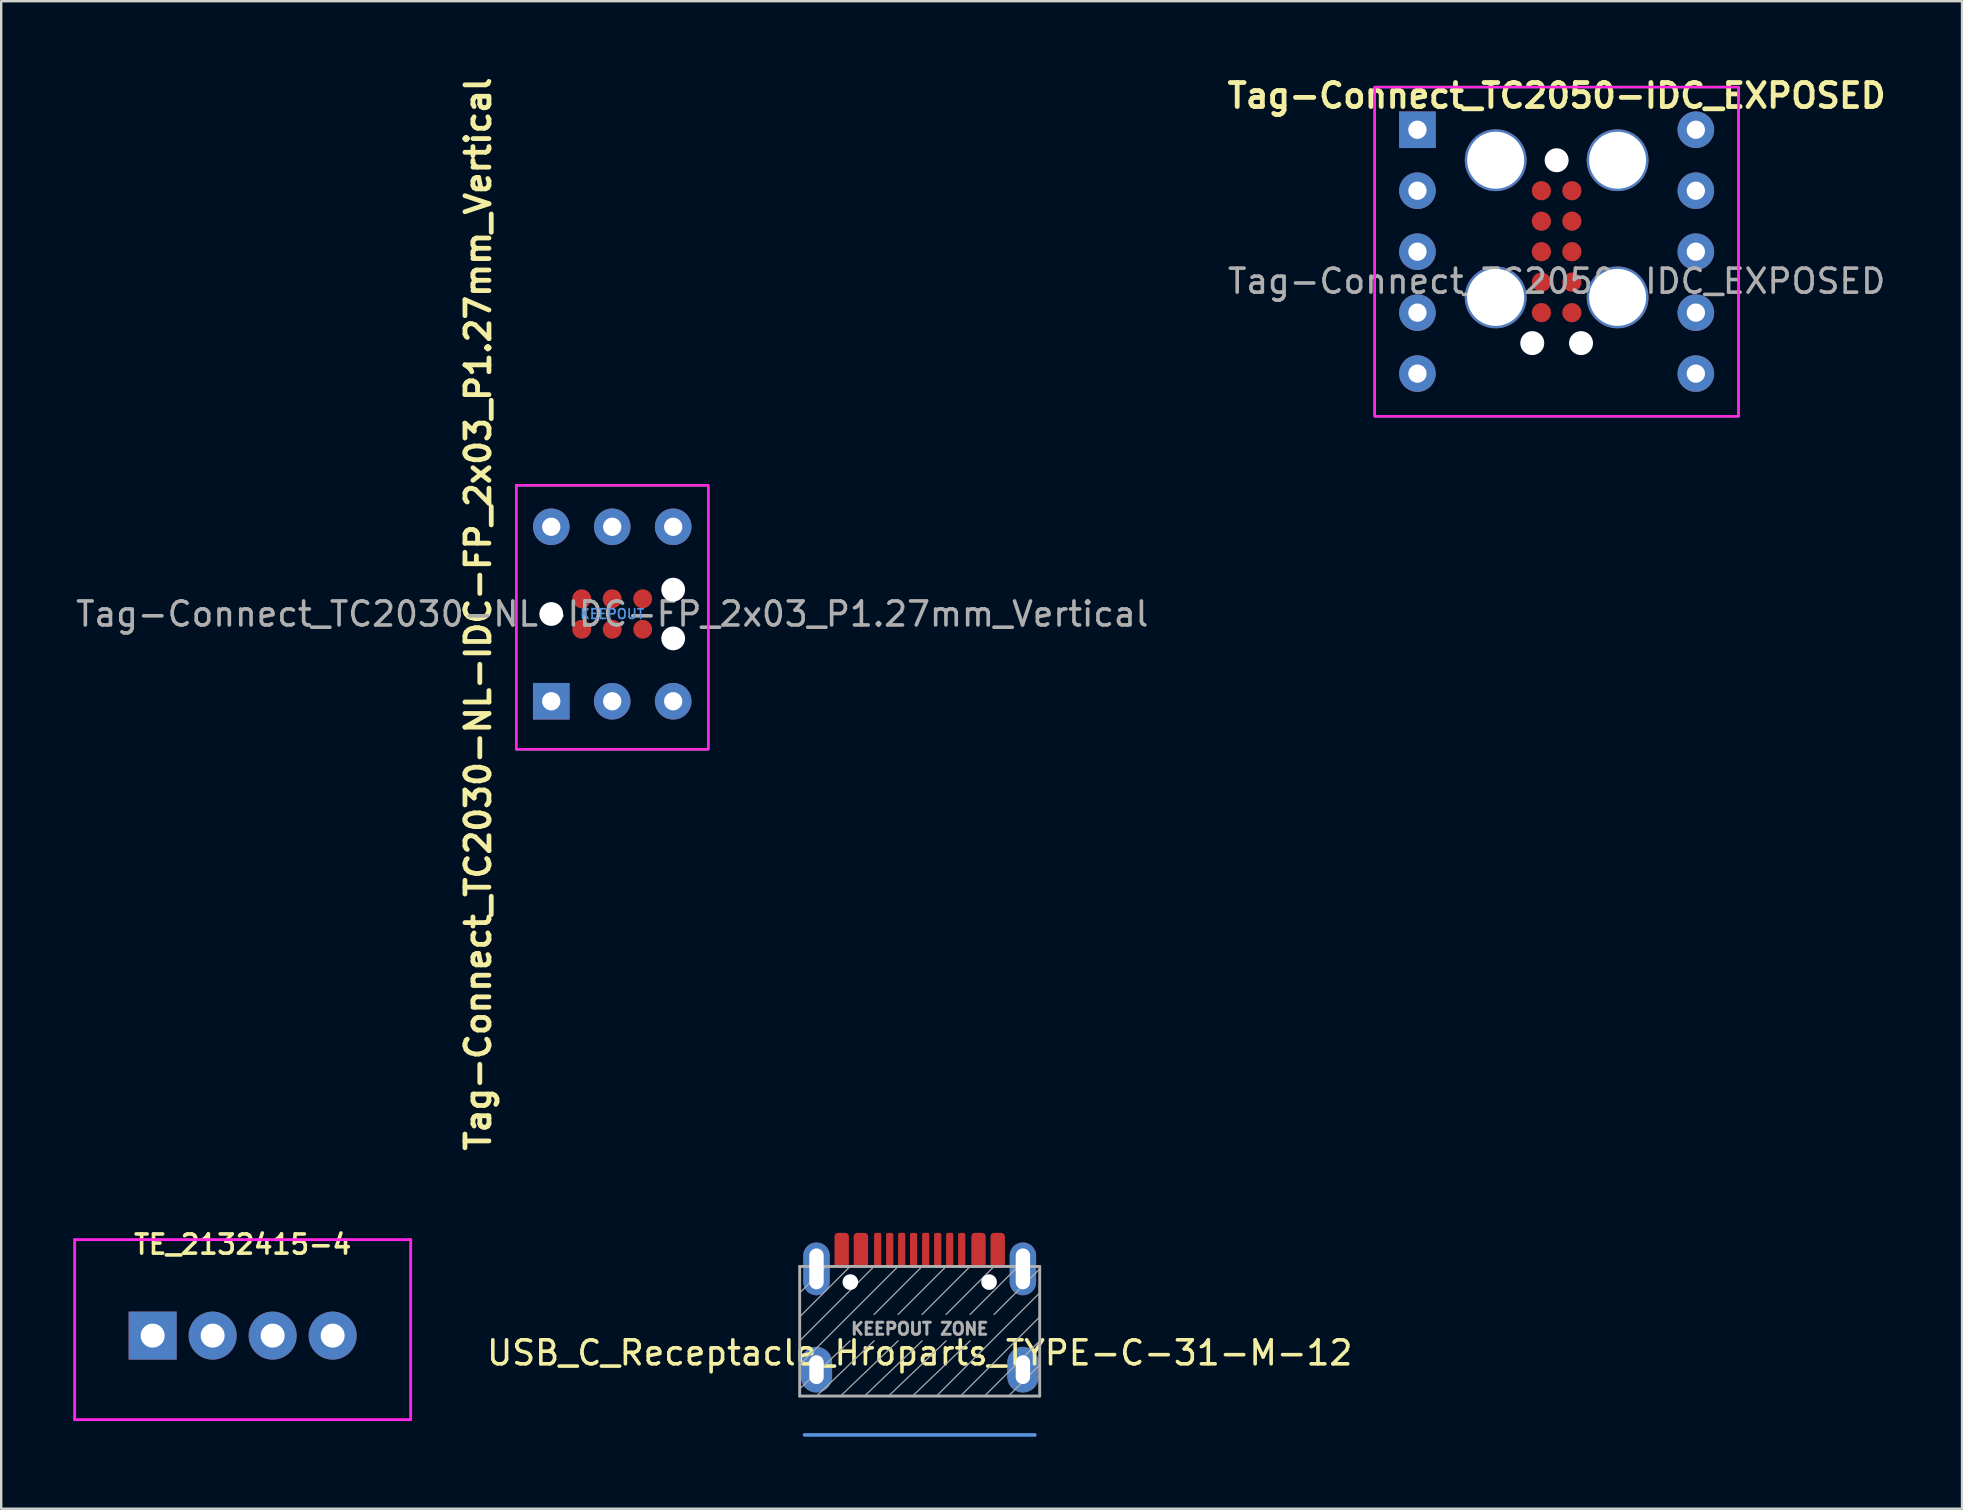
<source format=kicad_pcb>
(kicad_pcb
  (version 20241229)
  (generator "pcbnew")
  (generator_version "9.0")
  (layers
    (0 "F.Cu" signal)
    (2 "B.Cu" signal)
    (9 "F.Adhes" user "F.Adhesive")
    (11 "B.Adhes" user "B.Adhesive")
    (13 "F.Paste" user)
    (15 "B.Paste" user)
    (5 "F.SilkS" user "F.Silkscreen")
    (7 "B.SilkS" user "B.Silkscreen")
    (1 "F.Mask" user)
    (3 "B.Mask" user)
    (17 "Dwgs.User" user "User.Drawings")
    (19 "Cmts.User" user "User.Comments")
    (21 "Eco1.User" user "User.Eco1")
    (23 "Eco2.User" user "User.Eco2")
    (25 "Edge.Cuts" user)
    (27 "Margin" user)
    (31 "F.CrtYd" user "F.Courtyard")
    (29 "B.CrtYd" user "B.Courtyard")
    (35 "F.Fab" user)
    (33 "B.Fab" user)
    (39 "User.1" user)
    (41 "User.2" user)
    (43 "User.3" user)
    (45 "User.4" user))
  (footprint "USB_C_Receptacle_Hroparts_TYPE-C-31-M-12"
    (layer "F.Cu")
    (at 35.269 48.317)
    (property "Reference" "USB_C_Receptacle_Hroparts_TYPE-C-31-M-12" (at 0 5 0) (layer "F.SilkS") (effects (font (size 1 1) (thickness 0.15))))
    (attr through_hole)
    (fp_line (start 4.8 8.42) (end -4.8 8.42) (stroke (width 0.15) (type solid)) (layer "Cmts.User"))
    (fp_line (start -5 1.4) (end -5 6.8) (stroke (width 0.12) (type solid)) (layer "F.Fab"))
    (fp_line (start -5 2.5) (end -3.9 1.4) (stroke (width 0.05) (type solid)) (layer "F.Fab"))
    (fp_line (start -5 3.5) (end -2.9 1.4) (stroke (width 0.05) (type solid)) (layer "F.Fab"))
    (fp_line (start -5 4.5) (end -1.9 1.4) (stroke (width 0.05) (type solid)) (layer "F.Fab"))
    (fp_line (start -5 5.5) (end -0.9 1.4) (stroke (width 0.05) (type solid)) (layer "F.Fab"))
    (fp_line (start -5 6.5) (end -2.9 4.5) (stroke (width 0.05) (type solid)) (layer "F.Fab"))
    (fp_line (start -5 6.8) (end 5 6.8) (stroke (width 0.12) (type solid)) (layer "F.Fab"))
    (fp_line (start -4.3 6.8) (end -1.9 4.5) (stroke (width 0.05) (type solid)) (layer "F.Fab"))
    (fp_line (start -3.3 6.8) (end -0.9 4.5) (stroke (width 0.05) (type solid)) (layer "F.Fab"))
    (fp_line (start -2.3 6.8) (end 0.1 4.5) (stroke (width 0.05) (type solid)) (layer "F.Fab"))
    (fp_line (start -1.9 3.4) (end 0.1 1.4) (stroke (width 0.05) (type solid)) (layer "F.Fab"))
    (fp_line (start -1.3 6.8) (end 1.1 4.5) (stroke (width 0.05) (type solid)) (layer "F.Fab"))
    (fp_line (start -0.9 3.4) (end 1.1 1.4) (stroke (width 0.05) (type solid)) (layer "F.Fab"))
    (fp_line (start -0.3 6.8) (end 2.1 4.5) (stroke (width 0.05) (type solid)) (layer "F.Fab"))
    (fp_line (start 0.1 3.4) (end 2.1 1.4) (stroke (width 0.05) (type solid)) (layer "F.Fab"))
    (fp_line (start 0.7 6.8) (end 5 2.5) (stroke (width 0.05) (type solid)) (layer "F.Fab"))
    (fp_line (start 1.1 3.4) (end 3.1 1.4) (stroke (width 0.05) (type solid)) (layer "F.Fab"))
    (fp_line (start 1.7 6.8) (end 5 3.5) (stroke (width 0.05) (type solid)) (layer "F.Fab"))
    (fp_line (start 2.1 3.4) (end 4.1 1.4) (stroke (width 0.05) (type solid)) (layer "F.Fab"))
    (fp_line (start 2.7 6.8) (end 5 4.5) (stroke (width 0.05) (type solid)) (layer "F.Fab"))
    (fp_line (start 3.1 3.4) (end 5 1.5) (stroke (width 0.05) (type solid)) (layer "F.Fab"))
    (fp_line (start 3.7 6.8) (end 5 5.5) (stroke (width 0.05) (type solid)) (layer "F.Fab"))
    (fp_line (start 5 1.4) (end -5 1.4) (stroke (width 0.12) (type solid)) (layer "F.Fab"))
    (fp_line (start 5 6.8) (end 5 1.4) (stroke (width 0.12) (type solid)) (layer "F.Fab"))
    (fp_text user "KEEPOUT ZONE" (at 0 4 0) (layer "F.Fab") (effects (font (size 0.5 0.5) (thickness 0.125))))
    (pad "" np_thru_hole circle (at -2.89 2.051) (size 0.65 0.65) (drill 0.65) (layers "*.Cu" "*.Mask"))
    (pad "" np_thru_hole circle (at 2.89 2.051) (size 0.65 0.65) (drill 0.65) (layers "*.Cu" "*.Mask"))
    (pad "A1" smd roundrect (at -3.25 0.725) (size 0.6 1.45) (layers "F.Cu" "F.Mask" "F.Paste") (roundrect_rratio 0.25))
    (pad "A4" smd roundrect (at -2.45 0.725) (size 0.6 1.45) (layers "F.Cu" "F.Mask" "F.Paste") (roundrect_rratio 0.25))
    (pad "A5" smd roundrect (at -1.25 0.725) (size 0.3 1.45) (layers "F.Cu" "F.Mask" "F.Paste") (roundrect_rratio 0.25))
    (pad "A6" smd roundrect (at -0.254 0.725) (size 0.3 1.45) (layers "F.Cu" "F.Mask" "F.Paste") (roundrect_rratio 0.25))
    (pad "A7" smd roundrect (at 0.25 0.725) (size 0.3 1.45) (layers "F.Cu" "F.Mask" "F.Paste") (roundrect_rratio 0.25))
    (pad "A8" smd roundrect (at 1.25 0.725) (size 0.3 1.45) (layers "F.Cu" "F.Mask" "F.Paste") (roundrect_rratio 0.25))
    (pad "B1" smd roundrect (at 3.25 0.725) (size 0.6 1.45) (layers "F.Cu" "F.Mask" "F.Paste") (roundrect_rratio 0.25))
    (pad "B4" smd roundrect (at 2.45 0.725) (size 0.6 1.45) (layers "F.Cu" "F.Mask" "F.Paste") (roundrect_rratio 0.25))
    (pad "B5" smd roundrect (at 1.75 0.725) (size 0.3 1.45) (layers "F.Cu" "F.Mask" "F.Paste") (roundrect_rratio 0.25))
    (pad "B6" smd roundrect (at 0.75 0.725) (size 0.3 1.45) (layers "F.Cu" "F.Mask" "F.Paste") (roundrect_rratio 0.25))
    (pad "B7" smd roundrect (at -0.75 0.725) (size 0.3 1.45) (layers "F.Cu" "F.Mask" "F.Paste") (roundrect_rratio 0.25))
    (pad "B8" smd roundrect (at -1.75 0.725) (size 0.3 1.45) (layers "F.Cu" "F.Mask" "F.Paste") (roundrect_rratio 0.25))
    (pad "S" thru_hole oval (at -4.3 1.5) (size 1.1 2.2) (drill oval 0.6 1.7) (layers "*.Cu" "*.Mask"))
    (pad "S" thru_hole oval (at -4.3 5.7) (size 1.3 1.9) (drill oval 0.6 1.2) (layers "*.Cu" "*.Mask"))
    (pad "S" thru_hole oval (at 4.3 1.5) (size 1.1 2.2) (drill oval 0.6 1.7) (layers "*.Cu" "*.Mask"))
    (pad "S" thru_hole oval (at 4.3 5.7) (size 1.3 1.9) (drill oval 0.6 1.2) (layers "*.Cu" "*.Mask")))
  (footprint "Tag-Connect_TC2050-IDC_EXPOSED"
    (layer "F.Cu")
    (at 61.807 7.436)
    (property "Reference" "Tag-Connect_TC2050-IDC_EXPOSED" (at 0 -6.5 0) (unlocked yes) (layer "F.SilkS") (effects (font (size 1 1) (thickness 0.2) (bold yes))))
    (attr through_hole exclude_from_pos_files exclude_from_bom)
    (fp_poly (pts (xy -7.578 -6.858) (xy 7.578 -6.858) (xy 7.578 6.858) (xy -7.578 6.858)) (stroke (width 0.1) (type default)) (fill no) (layer "F.CrtYd"))
    (fp_poly (pts (xy -7.578 -6.858) (xy 7.578 -6.858) (xy 7.578 6.858) (xy -7.578 6.858)) (stroke (width 0.1) (type default)) (fill no) (layer "F.Fab"))
    (fp_text user "${REFERENCE}" (at 0 1.23 0) (unlocked yes) (layer "F.Fab") (effects (font (size 1 1) (thickness 0.15))))
    (pad "" np_thru_hole circle (at -1.016 3.81) (size 1 1) (drill 1) (layers "*.Cu" "*.Mask"))
    (pad "" np_thru_hole circle (at 0 -3.81) (size 1 1) (drill 1) (layers "*.Cu" "*.Mask"))
    (pad "" np_thru_hole circle (at 1.016 3.81) (size 1 1) (drill 1) (layers "*.Cu" "*.Mask"))
    (pad "1" thru_hole rect (at -5.8 -5.08) (size 1.524 1.524) (drill 0.762) (layers "*.Cu" "F.Mask"))
    (pad "1" smd circle (at -0.635 -2.54) (size 0.8 0.8) (layers "F.Cu" "F.Mask"))
    (pad "2" smd circle (at 0.635 -2.54) (size 0.8 0.8) (layers "F.Cu" "F.Mask"))
    (pad "2" thru_hole oval (at 5.8 -5.08) (size 1.524 1.524) (drill 0.762) (layers "*.Cu" "F.Mask"))
    (pad "3" thru_hole oval (at -5.8 -2.54) (size 1.524 1.524) (drill 0.762) (layers "*.Cu" "F.Mask"))
    (pad "3" smd circle (at -0.635 -1.27) (size 0.8 0.8) (layers "F.Cu" "F.Mask"))
    (pad "4" smd circle (at 0.635 -1.27) (size 0.8 0.8) (layers "F.Cu" "F.Mask"))
    (pad "4" thru_hole oval (at 5.8 -2.54) (size 1.524 1.524) (drill 0.762) (layers "*.Cu" "F.Mask"))
    (pad "5" thru_hole oval (at -5.8 0) (size 1.524 1.524) (drill 0.762) (layers "*.Cu" "F.Mask"))
    (pad "5" smd circle (at -0.635 0) (size 0.8 0.8) (layers "F.Cu" "F.Mask"))
    (pad "6" smd circle (at 0.635 0) (size 0.8 0.8) (layers "F.Cu" "F.Mask"))
    (pad "6" thru_hole oval (at 5.8 0) (size 1.524 1.524) (drill 0.762) (layers "*.Cu" "F.Mask"))
    (pad "7" thru_hole oval (at -5.8 2.54) (size 1.524 1.524) (drill 0.762) (layers "*.Cu" "F.Mask"))
    (pad "7" smd circle (at -0.635 1.27) (size 0.8 0.8) (layers "F.Cu" "F.Mask"))
    (pad "8" smd circle (at 0.635 1.27) (size 0.8 0.8) (layers "F.Cu" "F.Mask"))
    (pad "8" thru_hole oval (at 5.8 2.54) (size 1.524 1.524) (drill 0.762) (layers "*.Cu" "F.Mask"))
    (pad "9" thru_hole oval (at -5.8 5.08) (size 1.524 1.524) (drill 0.762) (layers "*.Cu" "F.Mask"))
    (pad "9" smd circle (at -0.635 2.54) (size 0.8 0.8) (layers "F.Cu" "F.Mask"))
    (pad "10" smd circle (at 0.635 2.54) (size 0.8 0.8) (layers "F.Cu" "F.Mask"))
    (pad "10" thru_hole oval (at 5.8 5.08) (size 1.524 1.524) (drill 0.762) (layers "*.Cu" "F.Mask"))
    (pad "MP" thru_hole circle (at -2.54 -3.81) (size 2.575 2.575) (drill 2.375) (layers "*.Cu"))
    (pad "MP" thru_hole circle (at -2.54 1.905) (size 2.575 2.575) (drill 2.375) (layers "*.Cu"))
    (pad "MP" thru_hole circle (at 2.54 -3.81) (size 2.575 2.575) (drill 2.375) (layers "*.Cu"))
    (pad "MP" thru_hole circle (at 2.54 1.905) (size 2.575 2.575) (drill 2.375) (layers "*.Cu"))
    (zone (net_name "") (layer "F.Cu") (hatch edge 0.5) (connect_pads) (min_thickness 0.25) (filled_areas_thickness no) (keepout (tracks allowed) (vias not_allowed) (pads allowed) (copperpour not_allowed) (footprints not_allowed)) (placement (enabled no)) (fill) (polygon (pts (xy 61.172 4.896) (xy 62.442 4.896) (xy 62.442 9.936) (xy 61.172 9.936)))))
  (footprint "Tag-Connect_TC2030-NL-IDC-FP_2x03_P1.27mm_Vertical"
    (layer "F.Cu")
    (at 22.458 22.533)
    (property "Reference" "Tag-Connect_TC2030-NL-IDC-FP_2x03_P1.27mm_Vertical" (at -5.588 0 90) (layer "F.SilkS") (effects (font (size 1 1) (thickness 0.2) (bold yes))))
    (attr exclude_from_pos_files exclude_from_bom)
    (fp_rect (start -4 -5.365) (end 4 5.635) (stroke (width 0.1) (type default)) (fill no) (layer "F.CrtYd"))
    (fp_rect (start -4 -5.365) (end 4 5.635) (stroke (width 0.1) (type default)) (fill no) (layer "F.Fab"))
    (fp_text user "KEEPOUT" (at 0 0 0) (layer "Cmts.User") (effects (font (size 0.4 0.4) (thickness 0.07))))
    (fp_text user "${REFERENCE}" (at 0 0 0) (layer "F.Fab") (effects (font (size 1 1) (thickness 0.15))))
    (pad "" np_thru_hole circle (at -2.54 0) (size 0.991 0.991) (drill 0.991) (layers "*.Cu" "*.Mask"))
    (pad "" np_thru_hole circle (at 2.54 -1.016) (size 0.991 0.991) (drill 0.991) (layers "*.Cu" "*.Mask"))
    (pad "" np_thru_hole circle (at 2.54 1.016) (size 0.991 0.991) (drill 0.991) (layers "*.Cu" "*.Mask"))
    (pad "1" thru_hole rect (at -2.54 3.635 90) (size 1.524 1.524) (drill 0.762) (layers "*.Cu" "F.Mask"))
    (pad "1" connect circle (at -1.27 0.635) (size 0.787 0.787) (layers "F.Cu" "F.Mask"))
    (pad "2" thru_hole oval (at -2.54 -3.635 90) (size 1.524 1.524) (drill 0.762) (layers "*.Cu" "F.Mask"))
    (pad "2" connect circle (at -1.27 -0.635) (size 0.787 0.787) (layers "F.Cu" "F.Mask"))
    (pad "3" connect circle (at 0 0.635) (size 0.787 0.787) (layers "F.Cu" "F.Mask"))
    (pad "3" thru_hole oval (at 0 3.635 90) (size 1.524 1.524) (drill 0.762) (layers "*.Cu" "F.Mask"))
    (pad "4" thru_hole oval (at 0 -3.635 90) (size 1.524 1.524) (drill 0.762) (layers "*.Cu" "F.Mask"))
    (pad "4" connect circle (at 0 -0.635) (size 0.787 0.787) (layers "F.Cu" "F.Mask"))
    (pad "5" connect circle (at 1.27 0.635) (size 0.787 0.787) (layers "F.Cu" "F.Mask"))
    (pad "5" thru_hole oval (at 2.54 3.635 90) (size 1.524 1.524) (drill 0.762) (layers "*.Cu" "F.Mask"))
    (pad "6" connect circle (at 1.27 -0.635) (size 0.787 0.787) (layers "F.Cu" "F.Mask"))
    (pad "6" thru_hole oval (at 2.54 -3.635 90) (size 1.524 1.524) (drill 0.762) (layers "*.Cu" "F.Mask"))
    (zone (net_name "") (layer "F.Cu") (hatch full 0.508) (connect_pads) (min_thickness 0.254) (filled_areas_thickness no) (keepout (tracks allowed) (vias not_allowed) (pads allowed) (copperpour not_allowed) (footprints not_allowed)) (placement (enabled no)) (fill) (polygon (pts (xy 23.728 21.898) (xy 21.188 21.898) (xy 21.188 23.168) (xy 23.728 23.168)))))
  (footprint "TE_2132415-4"
    (layer "F.Cu")
    (at 7.06 52.598)
    (property "Reference" "TE_2132415-4" (at 0 -3.8 0) (unlocked yes) (layer "F.SilkS") (effects (font (size 0.8 0.8) (thickness 0.15))))
    (attr through_hole)
    (fp_line (start -7 -4) (end -7 3.5) (stroke (width 0.12) (type solid)) (layer "F.CrtYd"))
    (fp_line (start -7 -4) (end 7 -4) (stroke (width 0.12) (type solid)) (layer "F.CrtYd"))
    (fp_line (start -7 3.5) (end 7 3.5) (stroke (width 0.12) (type solid)) (layer "F.CrtYd"))
    (fp_line (start 7 -4) (end 7 3.5) (stroke (width 0.12) (type solid)) (layer "F.CrtYd"))
    (pad "1" thru_hole rect (at -3.75 0) (size 2 2) (drill 1) (layers "*.Cu" "*.Mask"))
    (pad "2" thru_hole oval (at -1.25 0) (size 2 2) (drill 1) (layers "*.Cu" "*.Mask"))
    (pad "3" thru_hole oval (at 1.25 0) (size 2 2) (drill 1) (layers "*.Cu" "*.Mask"))
    (pad "4" thru_hole oval (at 3.75 0) (size 2 2) (drill 1) (layers "*.Cu" "*.Mask")))
  (gr_rect
    (start -3 -3)
    (end 78.698 59.812)
    (stroke (width 0.1) (type default))
    (fill no)
    (layer "Edge.Cuts")))
</source>
